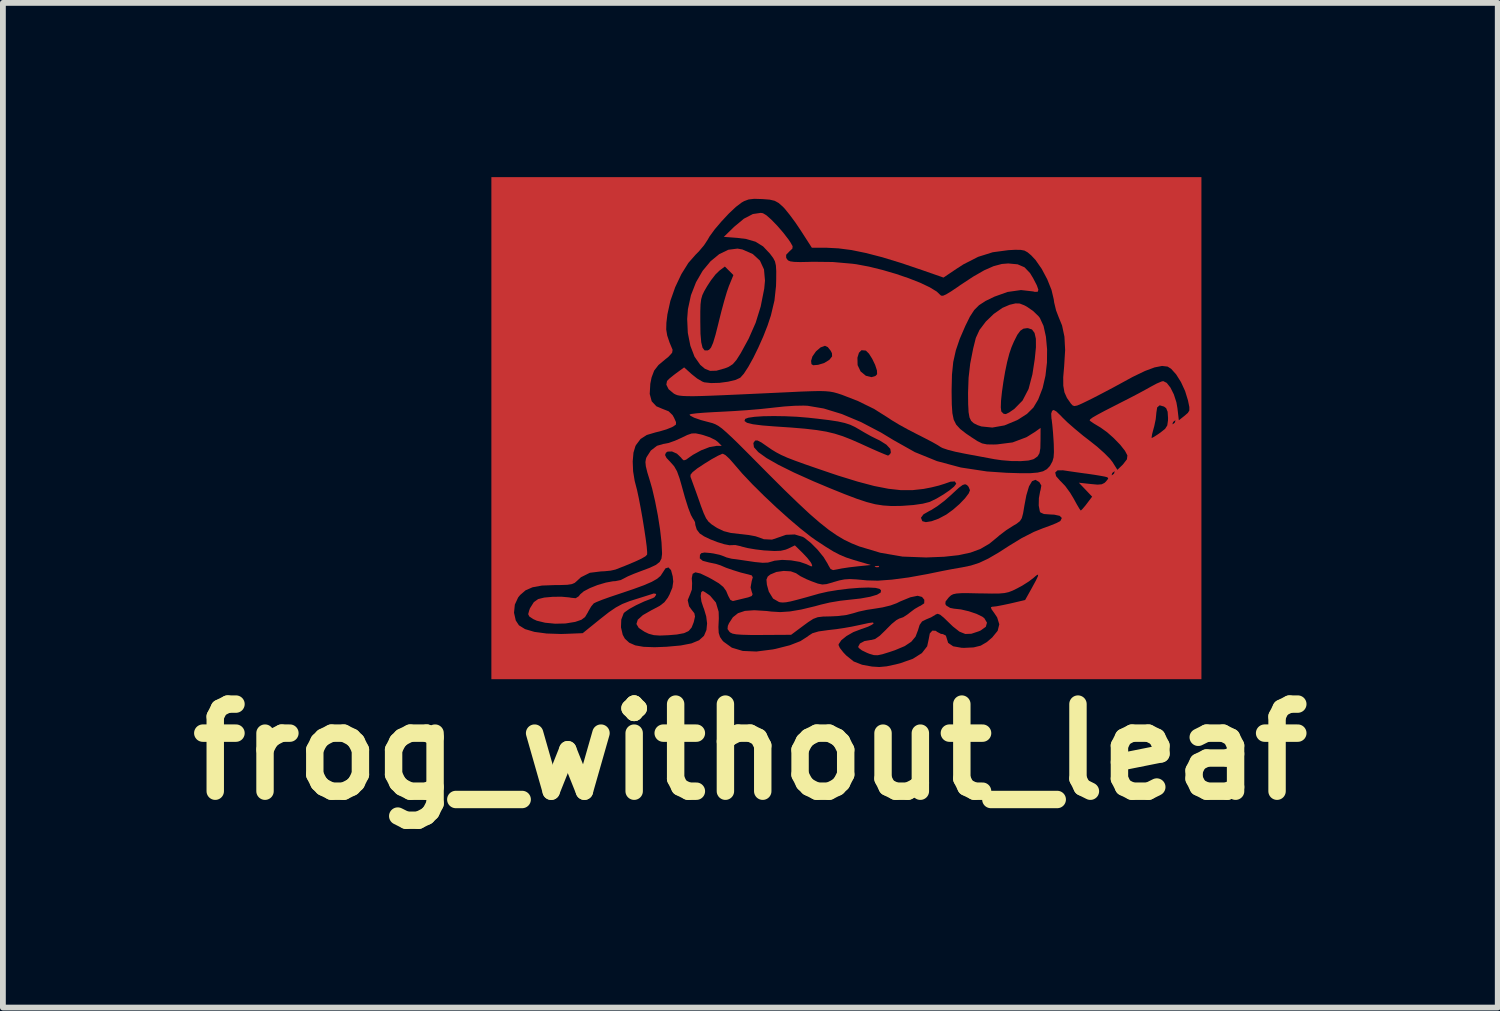
<source format=kicad_pcb>
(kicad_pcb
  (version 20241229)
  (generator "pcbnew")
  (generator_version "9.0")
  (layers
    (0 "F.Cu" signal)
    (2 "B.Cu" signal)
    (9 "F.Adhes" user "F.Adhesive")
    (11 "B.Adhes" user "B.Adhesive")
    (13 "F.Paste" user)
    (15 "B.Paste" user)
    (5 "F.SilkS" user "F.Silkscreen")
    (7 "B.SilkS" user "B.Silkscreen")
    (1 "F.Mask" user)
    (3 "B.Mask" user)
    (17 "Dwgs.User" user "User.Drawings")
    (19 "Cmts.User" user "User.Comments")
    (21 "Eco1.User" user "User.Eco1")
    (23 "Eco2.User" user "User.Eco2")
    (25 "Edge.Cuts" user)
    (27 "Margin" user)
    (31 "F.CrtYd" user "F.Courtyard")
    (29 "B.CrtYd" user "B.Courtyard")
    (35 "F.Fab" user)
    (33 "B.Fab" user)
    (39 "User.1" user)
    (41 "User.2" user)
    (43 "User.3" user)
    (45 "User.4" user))
  (footprint "frog_without_leaf"
    (layer "F.Cu")
    (at 9.871 9.897)
    (property "Reference" "frog_without_leaf" (at 0 0 0) (layer "F.SilkS") (effects (font (size 1.5 1.5) (thickness 0.3))))
    (attr board_only exclude_from_pos_files exclude_from_bom)
    (fp_poly (pts (xy 2.22 -3.195) (xy 2.21 -3.18) (xy 2.176 -3.178) (xy 2.14 -3.186) (xy 2.155 -3.198) (xy 2.208 -3.202)) (stroke (width 0) (type solid)) (fill yes) (layer "F.Cu"))
    (fp_poly (pts (xy -0.136 -8.651) (xy 0.043 -8.572) (xy 0.166 -8.459) (xy 0.236 -8.307) (xy 0.253 -8.114) (xy 0.24 -7.976) (xy 0.179 -7.668) (xy 0.093 -7.39) (xy -0.028 -7.115) (xy -0.164 -6.866) (xy -0.238 -6.749) (xy -0.301 -6.676) (xy -0.372 -6.63) (xy -0.437 -6.604) (xy -0.583 -6.563) (xy -0.692 -6.56) (xy -0.783 -6.597) (xy -0.862 -6.664) (xy -0.96 -6.804) (xy -1.032 -6.992) (xy -1.076 -7.214) (xy -1.085 -7.411) (xy -0.861 -7.411) (xy -0.858 -7.201) (xy -0.845 -7.052) (xy -0.822 -6.958) (xy -0.787 -6.913) (xy -0.738 -6.912) (xy -0.709 -6.924) (xy -0.676 -6.962) (xy -0.64 -7.045) (xy -0.599 -7.181) (xy -0.55 -7.375) (xy -0.543 -7.405) (xy -0.497 -7.589) (xy -0.449 -7.766) (xy -0.404 -7.918) (xy -0.367 -8.025) (xy -0.364 -8.031) (xy -0.291 -8.21) (xy -0.364 -8.283) (xy -0.438 -8.357) (xy -0.531 -8.287) (xy -0.598 -8.222) (xy -0.677 -8.12) (xy -0.743 -8.019) (xy -0.793 -7.933) (xy -0.826 -7.864) (xy -0.846 -7.793) (xy -0.857 -7.705) (xy -0.861 -7.583) (xy -0.861 -7.411) (xy -1.085 -7.411) (xy -1.087 -7.454) (xy -1.074 -7.623) (xy -1.022 -7.863) (xy -0.935 -8.086) (xy -0.821 -8.283) (xy -0.685 -8.447) (xy -0.536 -8.57) (xy -0.378 -8.646) (xy -0.22 -8.666)) (stroke (width 0) (type solid)) (fill yes) (layer "F.Cu"))
    (fp_poly (pts (xy -0.427 -5.109) (xy -0.357 -5.044) (xy -0.276 -4.952) (xy -0.274 -4.949) (xy -0.137 -4.79) (xy 0.037 -4.606) (xy 0.238 -4.407) (xy 0.452 -4.205) (xy 0.667 -4.012) (xy 0.87 -3.84) (xy 1.048 -3.7) (xy 1.132 -3.641) (xy 1.299 -3.531) (xy 1.429 -3.451) (xy 1.54 -3.393) (xy 1.649 -3.347) (xy 1.774 -3.306) (xy 1.875 -3.276) (xy 2.077 -3.217) (xy 1.841 -3.193) (xy 1.703 -3.177) (xy 1.577 -3.158) (xy 1.497 -3.142) (xy 1.425 -3.129) (xy 1.382 -3.149) (xy 1.344 -3.214) (xy 1.333 -3.237) (xy 1.263 -3.352) (xy 1.16 -3.479) (xy 1.043 -3.597) (xy 0.934 -3.684) (xy 0.905 -3.701) (xy 0.765 -3.743) (xy 0.615 -3.737) (xy 0.507 -3.699) (xy 0.373 -3.654) (xy 0.232 -3.661) (xy 0.158 -3.689) (xy 0.089 -3.712) (xy -0.024 -3.733) (xy -0.159 -3.749) (xy -0.175 -3.75) (xy -0.336 -3.769) (xy -0.457 -3.8) (xy -0.566 -3.852) (xy -0.596 -3.87) (xy -0.667 -3.917) (xy -0.72 -3.963) (xy -0.762 -4.022) (xy -0.803 -4.11) (xy -0.852 -4.24) (xy -0.881 -4.324) (xy -0.934 -4.473) (xy -0.981 -4.602) (xy -1.015 -4.696) (xy -1.03 -4.736) (xy -1.029 -4.772) (xy -0.993 -4.817) (xy -0.914 -4.88) (xy -0.788 -4.963) (xy -0.667 -5.038) (xy -0.562 -5.096) (xy -0.491 -5.129) (xy -0.473 -5.133)) (stroke (width 0) (type solid)) (fill yes) (layer "F.Cu"))
    (fp_poly (pts (xy 4.64 -7.72) (xy 4.719 -7.689) (xy 4.767 -7.663) (xy 4.873 -7.589) (xy 4.964 -7.501) (xy 4.987 -7.471) (xy 5.05 -7.334) (xy 5.091 -7.149) (xy 5.111 -6.933) (xy 5.109 -6.703) (xy 5.083 -6.476) (xy 5.035 -6.268) (xy 5.031 -6.256) (xy 4.958 -6.067) (xy 4.875 -5.928) (xy 4.765 -5.819) (xy 4.615 -5.723) (xy 4.596 -5.712) (xy 4.377 -5.621) (xy 4.168 -5.584) (xy 3.98 -5.603) (xy 3.913 -5.626) (xy 3.849 -5.658) (xy 3.804 -5.698) (xy 3.775 -5.758) (xy 3.759 -5.849) (xy 3.755 -5.932) (xy 4.314 -5.932) (xy 4.322 -5.864) (xy 4.326 -5.857) (xy 4.363 -5.821) (xy 4.401 -5.816) (xy 4.46 -5.845) (xy 4.549 -5.907) (xy 4.689 -6.05) (xy 4.792 -6.248) (xy 4.859 -6.503) (xy 4.859 -6.505) (xy 4.899 -6.765) (xy 4.919 -6.966) (xy 4.918 -7.114) (xy 4.895 -7.214) (xy 4.851 -7.273) (xy 4.784 -7.295) (xy 4.767 -7.296) (xy 4.704 -7.287) (xy 4.651 -7.252) (xy 4.599 -7.182) (xy 4.54 -7.065) (xy 4.498 -6.967) (xy 4.461 -6.858) (xy 4.423 -6.712) (xy 4.388 -6.544) (xy 4.358 -6.368) (xy 4.334 -6.198) (xy 4.318 -6.048) (xy 4.314 -5.932) (xy 3.755 -5.932) (xy 3.752 -5.984) (xy 3.75 -6.174) (xy 3.75 -6.181) (xy 3.759 -6.439) (xy 3.787 -6.684) (xy 3.838 -6.944) (xy 3.884 -7.128) (xy 3.947 -7.265) (xy 4.056 -7.409) (xy 4.193 -7.541) (xy 4.342 -7.645) (xy 4.465 -7.698) (xy 4.567 -7.722)) (stroke (width 0) (type solid)) (fill yes) (layer "F.Cu"))
    (fp_poly (pts (xy 0.218 -9.275) (xy 0.277 -9.24) (xy 0.364 -9.163) (xy 0.465 -9.059) (xy 0.567 -8.941) (xy 0.658 -8.823) (xy 0.691 -8.774) (xy 0.729 -8.707) (xy 0.725 -8.666) (xy 0.675 -8.619) (xy 0.671 -8.615) (xy 0.618 -8.56) (xy 0.617 -8.512) (xy 0.629 -8.488) (xy 0.651 -8.462) (xy 0.689 -8.446) (xy 0.755 -8.437) (xy 0.86 -8.434) (xy 1.017 -8.437) (xy 1.068 -8.439) (xy 1.42 -8.435) (xy 1.76 -8.405) (xy 1.828 -8.396) (xy 2.046 -8.355) (xy 2.277 -8.298) (xy 2.509 -8.23) (xy 2.729 -8.155) (xy 2.927 -8.077) (xy 3.091 -7.999) (xy 3.209 -7.927) (xy 3.262 -7.877) (xy 3.285 -7.856) (xy 3.319 -7.854) (xy 3.372 -7.877) (xy 3.458 -7.929) (xy 3.586 -8.015) (xy 3.609 -8.032) (xy 3.838 -8.183) (xy 4.028 -8.292) (xy 4.189 -8.363) (xy 4.331 -8.401) (xy 4.442 -8.41) (xy 4.604 -8.395) (xy 4.722 -8.344) (xy 4.817 -8.245) (xy 4.871 -8.156) (xy 4.935 -8.032) (xy 4.961 -7.957) (xy 4.949 -7.922) (xy 4.899 -7.921) (xy 4.872 -7.928) (xy 4.662 -7.952) (xy 4.43 -7.919) (xy 4.206 -7.839) (xy 4.051 -7.764) (xy 3.94 -7.692) (xy 3.856 -7.608) (xy 3.782 -7.494) (xy 3.704 -7.336) (xy 3.607 -7.112) (xy 3.539 -6.911) (xy 3.495 -6.713) (xy 3.473 -6.495) (xy 3.467 -6.235) (xy 3.467 -6.187) (xy 3.47 -5.983) (xy 3.48 -5.832) (xy 3.503 -5.72) (xy 3.546 -5.634) (xy 3.615 -5.559) (xy 3.715 -5.481) (xy 3.803 -5.421) (xy 3.911 -5.351) (xy 3.992 -5.311) (xy 4.075 -5.294) (xy 4.186 -5.292) (xy 4.249 -5.294) (xy 4.517 -5.328) (xy 4.756 -5.418) (xy 4.899 -5.507) (xy 4.999 -5.578) (xy 4.998 -5.364) (xy 4.995 -5.228) (xy 4.98 -5.142) (xy 4.947 -5.087) (xy 4.889 -5.046) (xy 4.874 -5.038) (xy 4.791 -5.016) (xy 4.66 -5.006) (xy 4.501 -5.007) (xy 4.331 -5.021) (xy 4.205 -5.039) (xy 4.098 -5.059) (xy 3.948 -5.087) (xy 3.78 -5.118) (xy 3.685 -5.136) (xy 3.533 -5.167) (xy 3.404 -5.2) (xy 3.312 -5.231) (xy 3.279 -5.248) (xy 3.228 -5.281) (xy 3.131 -5.336) (xy 3.002 -5.403) (xy 2.876 -5.467) (xy 2.717 -5.549) (xy 2.563 -5.634) (xy 2.435 -5.711) (xy 2.369 -5.755) (xy 2.134 -5.903) (xy 1.856 -6.04) (xy 1.576 -6.149) (xy 1.502 -6.173) (xy 1.437 -6.191) (xy 1.37 -6.203) (xy 1.292 -6.21) (xy 1.191 -6.213) (xy 1.059 -6.21) (xy 0.884 -6.204) (xy 0.657 -6.193) (xy 0.529 -6.187) (xy 0.142 -6.169) (xy -0.183 -6.154) (xy -0.452 -6.142) (xy -0.671 -6.133) (xy -0.846 -6.127) (xy -0.982 -6.124) (xy -1.086 -6.125) (xy -1.162 -6.128) (xy -1.218 -6.134) (xy -1.258 -6.142) (xy -1.288 -6.154) (xy -1.315 -6.168) (xy -1.319 -6.171) (xy -1.407 -6.244) (xy -1.446 -6.323) (xy -1.434 -6.386) (xy -1.395 -6.426) (xy -1.321 -6.486) (xy -1.275 -6.521) (xy -1.139 -6.62) (xy -1.009 -6.503) (xy -0.916 -6.429) (xy -0.826 -6.376) (xy -0.792 -6.363) (xy -0.675 -6.35) (xy -0.53 -6.354) (xy -0.381 -6.374) (xy -0.252 -6.405) (xy -0.173 -6.442) (xy -0.112 -6.51) (xy -0.035 -6.628) (xy 0.023 -6.733) (xy 1.047 -6.733) (xy 1.053 -6.676) (xy 1.083 -6.657) (xy 1.156 -6.663) (xy 1.172 -6.665) (xy 1.275 -6.697) (xy 1.358 -6.748) (xy 1.364 -6.753) (xy 1.391 -6.787) (xy 1.845 -6.787) (xy 1.848 -6.659) (xy 1.9 -6.55) (xy 1.99 -6.476) (xy 2.087 -6.452) (xy 2.155 -6.472) (xy 2.184 -6.503) (xy 2.181 -6.568) (xy 2.15 -6.663) (xy 2.1 -6.767) (xy 2.044 -6.856) (xy 1.993 -6.907) (xy 1.985 -6.91) (xy 1.915 -6.916) (xy 1.871 -6.872) (xy 1.845 -6.787) (xy 1.391 -6.787) (xy 1.409 -6.81) (xy 1.406 -6.864) (xy 1.385 -6.906) (xy 1.335 -6.969) (xy 1.286 -6.992) (xy 1.21 -6.964) (xy 1.131 -6.896) (xy 1.07 -6.809) (xy 1.047 -6.733) (xy 0.023 -6.733) (xy 0.051 -6.783) (xy 0.139 -6.963) (xy 0.224 -7.154) (xy 0.298 -7.343) (xy 0.355 -7.515) (xy 0.416 -7.772) (xy 0.443 -8.021) (xy 0.446 -8.128) (xy 0.447 -8.276) (xy 0.441 -8.375) (xy 0.425 -8.445) (xy 0.394 -8.504) (xy 0.343 -8.572) (xy 0.34 -8.577) (xy 0.221 -8.703) (xy 0.091 -8.784) (xy -0.07 -8.831) (xy -0.22 -8.85) (xy -0.456 -8.868) (xy -0.277 -9.042) (xy -0.11 -9.181) (xy 0.044 -9.261) (xy 0.18 -9.281)) (stroke (width 0) (type solid)) (fill yes) (layer "F.Cu"))
    (fp_poly (pts (xy -0.853 -5.466) (xy -0.812 -5.455) (xy -0.696 -5.416) (xy -0.598 -5.367) (xy -0.561 -5.338) (xy -0.492 -5.269) (xy -0.579 -5.269) (xy -0.701 -5.248) (xy -0.846 -5.192) (xy -0.99 -5.113) (xy -1.037 -5.08) (xy -1.107 -5.03) (xy -1.146 -5.019) (xy -1.176 -5.044) (xy -1.191 -5.065) (xy -1.263 -5.134) (xy -1.348 -5.172) (xy -1.424 -5.17) (xy -1.453 -5.15) (xy -1.468 -5.111) (xy -1.443 -5.061) (xy -1.377 -4.991) (xy -1.312 -4.918) (xy -1.262 -4.831) (xy -1.218 -4.709) (xy -1.185 -4.594) (xy -1.125 -4.378) (xy -1.07 -4.203) (xy -1.022 -4.078) (xy -0.984 -4.009) (xy -0.975 -3.999) (xy -0.952 -3.955) (xy -0.946 -3.905) (xy -0.922 -3.827) (xy -0.87 -3.759) (xy -0.797 -3.711) (xy -0.689 -3.659) (xy -0.566 -3.611) (xy -0.449 -3.575) (xy -0.357 -3.557) (xy -0.32 -3.559) (xy -0.258 -3.561) (xy -0.167 -3.541) (xy -0.144 -3.533) (xy -0.048 -3.509) (xy 0.088 -3.486) (xy 0.237 -3.468) (xy 0.259 -3.467) (xy 0.415 -3.458) (xy 0.524 -3.462) (xy 0.607 -3.481) (xy 0.652 -3.499) (xy 0.768 -3.555) (xy 0.902 -3.424) (xy 0.981 -3.34) (xy 1.039 -3.266) (xy 1.057 -3.234) (xy 1.067 -3.197) (xy 1.047 -3.194) (xy 0.982 -3.224) (xy 0.973 -3.229) (xy 0.852 -3.271) (xy 0.701 -3.297) (xy 0.547 -3.305) (xy 0.418 -3.291) (xy 0.377 -3.279) (xy 0.305 -3.259) (xy 0.213 -3.255) (xy 0.081 -3.268) (xy 0.013 -3.278) (xy -0.123 -3.298) (xy -0.238 -3.315) (xy -0.313 -3.324) (xy -0.321 -3.325) (xy -0.408 -3.347) (xy -0.456 -3.367) (xy -0.53 -3.393) (xy -0.637 -3.416) (xy -0.685 -3.423) (xy -0.789 -3.432) (xy -0.844 -3.421) (xy -0.867 -3.392) (xy -0.87 -3.332) (xy -0.819 -3.289) (xy -0.708 -3.26) (xy -0.692 -3.257) (xy -0.591 -3.236) (xy -0.513 -3.211) (xy -0.502 -3.206) (xy -0.418 -3.17) (xy -0.296 -3.128) (xy -0.164 -3.087) (xy -0.048 -3.058) (xy -0.046 -3.058) (xy 0.025 -3.038) (xy 0.043 -3.005) (xy 0.024 -2.939) (xy 0.005 -2.831) (xy 0.023 -2.762) (xy 0.04 -2.713) (xy 0.025 -2.683) (xy -0.035 -2.66) (xy -0.097 -2.645) (xy -0.2 -2.62) (xy -0.279 -2.601) (xy -0.3 -2.596) (xy -0.343 -2.616) (xy -0.38 -2.685) (xy -0.416 -2.771) (xy -0.465 -2.839) (xy -0.542 -2.902) (xy -0.662 -2.973) (xy -0.725 -3.007) (xy -0.859 -3.071) (xy -0.946 -3.091) (xy -0.993 -3.065) (xy -1.008 -2.99) (xy -1.002 -2.903) (xy -1.006 -2.795) (xy -1.034 -2.719) (xy -1.078 -2.612) (xy -1.054 -2.506) (xy -1.008 -2.443) (xy -0.963 -2.386) (xy -0.952 -2.33) (xy -0.971 -2.245) (xy -0.975 -2.23) (xy -1.01 -2.141) (xy -1.061 -2.081) (xy -1.142 -2.043) (xy -1.265 -2.02) (xy -1.41 -2.008) (xy -1.557 -2.002) (xy -1.661 -2.009) (xy -1.747 -2.032) (xy -1.815 -2.063) (xy -1.92 -2.132) (xy -1.961 -2.201) (xy -1.938 -2.275) (xy -1.85 -2.354) (xy -1.696 -2.442) (xy -1.683 -2.448) (xy -1.559 -2.514) (xy -1.479 -2.576) (xy -1.421 -2.653) (xy -1.391 -2.709) (xy -1.342 -2.827) (xy -1.327 -2.93) (xy -1.336 -3.021) (xy -1.365 -3.128) (xy -1.409 -3.175) (xy -1.461 -3.159) (xy -1.511 -3.082) (xy -1.545 -3.03) (xy -1.605 -2.979) (xy -1.697 -2.927) (xy -1.831 -2.869) (xy -2.014 -2.802) (xy -2.254 -2.721) (xy -2.263 -2.718) (xy -2.418 -2.666) (xy -2.552 -2.618) (xy -2.649 -2.579) (xy -2.696 -2.556) (xy -2.74 -2.503) (xy -2.789 -2.419) (xy -2.798 -2.4) (xy -2.845 -2.322) (xy -2.908 -2.274) (xy -3.013 -2.238) (xy -3.023 -2.236) (xy -3.183 -2.21) (xy -3.361 -2.206) (xy -3.534 -2.223) (xy -3.678 -2.258) (xy -3.741 -2.287) (xy -3.805 -2.33) (xy -3.825 -2.37) (xy -3.808 -2.434) (xy -3.794 -2.472) (xy -3.728 -2.577) (xy -3.654 -2.63) (xy -3.549 -2.656) (xy -3.405 -2.669) (xy -3.252 -2.671) (xy -3.118 -2.659) (xy -3.088 -2.653) (xy -3.007 -2.645) (xy -2.955 -2.678) (xy -2.929 -2.712) (xy -2.868 -2.764) (xy -2.761 -2.82) (xy -2.628 -2.873) (xy -2.488 -2.914) (xy -2.364 -2.937) (xy -2.324 -2.939) (xy -2.231 -2.958) (xy -2.178 -2.985) (xy -2.112 -3.02) (xy -2.006 -3.065) (xy -1.891 -3.109) (xy -1.731 -3.169) (xy -1.625 -3.219) (xy -1.561 -3.269) (xy -1.53 -3.327) (xy -1.52 -3.403) (xy -1.52 -3.431) (xy -1.529 -3.609) (xy -1.554 -3.829) (xy -1.592 -4.071) (xy -1.639 -4.313) (xy -1.69 -4.533) (xy -1.726 -4.658) (xy -1.773 -4.811) (xy -1.799 -4.917) (xy -1.806 -4.99) (xy -1.797 -5.046) (xy -1.787 -5.073) (xy -1.713 -5.188) (xy -1.607 -5.27) (xy -1.492 -5.303) (xy -1.487 -5.303) (xy -1.409 -5.318) (xy -1.298 -5.357) (xy -1.195 -5.403) (xy -1.085 -5.456) (xy -1.009 -5.482) (xy -0.94 -5.484)) (stroke (width 0) (type solid)) (fill yes) (layer "F.Cu"))
    (fp_poly (pts (xy 7.769 -5.573) (xy 7.769 -1.25) (xy 1.655 -1.25) (xy -4.459 -1.25) (xy -4.459 -2.395) (xy -4.069 -2.395) (xy -4.039 -2.262) (xy -3.984 -2.178) (xy -3.879 -2.113) (xy -3.717 -2.065) (xy -3.507 -2.037) (xy -3.259 -2.029) (xy -3.161 -2.032) (xy -2.886 -2.043) (xy -2.583 -2.288) (xy -2.434 -2.405) (xy -2.315 -2.486) (xy -2.203 -2.546) (xy -2.078 -2.595) (xy -1.993 -2.622) (xy -1.859 -2.664) (xy -1.748 -2.699) (xy -1.677 -2.722) (xy -1.663 -2.727) (xy -1.626 -2.72) (xy -1.621 -2.705) (xy -1.649 -2.663) (xy -1.68 -2.646) (xy -1.826 -2.59) (xy -1.967 -2.524) (xy -2.085 -2.459) (xy -2.164 -2.403) (xy -2.181 -2.385) (xy -2.222 -2.277) (xy -2.227 -2.144) (xy -2.197 -2.015) (xy -2.16 -1.948) (xy -2.085 -1.879) (xy -1.981 -1.833) (xy -1.839 -1.808) (xy -1.648 -1.801) (xy -1.442 -1.809) (xy -1.198 -1.831) (xy -1.013 -1.867) (xy -0.882 -1.921) (xy -0.798 -1.997) (xy -0.755 -2.098) (xy -0.744 -2.211) (xy -0.759 -2.331) (xy -0.797 -2.46) (xy -0.809 -2.489) (xy -0.842 -2.589) (xy -0.854 -2.682) (xy -0.845 -2.749) (xy -0.818 -2.77) (xy -0.782 -2.751) (xy -0.715 -2.705) (xy -0.691 -2.687) (xy -0.592 -2.57) (xy -0.545 -2.412) (xy -0.542 -2.297) (xy -0.549 -2.148) (xy -0.544 -2.048) (xy -0.522 -1.978) (xy -0.481 -1.918) (xy -0.46 -1.896) (xy -0.317 -1.793) (xy -0.13 -1.737) (xy 0.105 -1.727) (xy 0.387 -1.763) (xy 0.437 -1.773) (xy 0.681 -1.835) (xy 0.863 -1.906) (xy 0.991 -1.988) (xy 1.002 -1.998) (xy 1.07 -2.042) (xy 1.176 -2.073) (xy 1.333 -2.095) (xy 1.341 -2.096) (xy 1.48 -2.112) (xy 1.608 -2.131) (xy 1.745 -2.155) (xy 1.912 -2.19) (xy 2.04 -2.218) (xy 2.11 -2.227) (xy 2.126 -2.215) (xy 2.097 -2.189) (xy 2.029 -2.155) (xy 1.932 -2.12) (xy 1.91 -2.113) (xy 1.776 -2.062) (xy 1.657 -1.994) (xy 1.567 -1.921) (xy 1.522 -1.854) (xy 1.52 -1.838) (xy 1.542 -1.789) (xy 1.6 -1.714) (xy 1.651 -1.66) (xy 1.78 -1.556) (xy 1.923 -1.5) (xy 1.946 -1.495) (xy 2.097 -1.468) (xy 2.222 -1.46) (xy 2.349 -1.472) (xy 2.503 -1.505) (xy 2.582 -1.525) (xy 2.8 -1.602) (xy 2.955 -1.7) (xy 3.046 -1.817) (xy 3.074 -1.946) (xy 3.091 -2.038) (xy 3.135 -2.087) (xy 3.193 -2.084) (xy 3.218 -2.065) (xy 3.283 -2.031) (xy 3.317 -2.027) (xy 3.368 -2.001) (xy 3.378 -1.97) (xy 3.407 -1.876) (xy 3.494 -1.817) (xy 3.64 -1.791) (xy 3.685 -1.79) (xy 3.847 -1.798) (xy 3.968 -1.828) (xy 4.074 -1.89) (xy 4.166 -1.969) (xy 4.26 -2.084) (xy 4.288 -2.196) (xy 4.251 -2.315) (xy 4.203 -2.387) (xy 4.153 -2.457) (xy 4.143 -2.49) (xy 4.17 -2.499) (xy 4.178 -2.499) (xy 4.24 -2.506) (xy 4.345 -2.526) (xy 4.473 -2.553) (xy 4.486 -2.556) (xy 4.733 -2.614) (xy 4.849 -2.822) (xy 4.919 -2.951) (xy 4.954 -3.026) (xy 4.956 -3.053) (xy 4.923 -3.035) (xy 4.876 -2.994) (xy 4.796 -2.933) (xy 4.684 -2.862) (xy 4.597 -2.815) (xy 4.518 -2.776) (xy 4.45 -2.75) (xy 4.378 -2.734) (xy 4.286 -2.726) (xy 4.16 -2.725) (xy 3.983 -2.728) (xy 3.95 -2.728) (xy 3.766 -2.732) (xy 3.637 -2.732) (xy 3.551 -2.726) (xy 3.494 -2.714) (xy 3.456 -2.694) (xy 3.422 -2.663) (xy 3.413 -2.653) (xy 3.363 -2.589) (xy 3.359 -2.544) (xy 3.377 -2.517) (xy 3.442 -2.478) (xy 3.508 -2.465) (xy 3.627 -2.452) (xy 3.764 -2.42) (xy 3.895 -2.376) (xy 3.996 -2.327) (xy 4.03 -2.301) (xy 4.076 -2.224) (xy 4.056 -2.153) (xy 3.968 -2.09) (xy 3.937 -2.076) (xy 3.808 -2.033) (xy 3.702 -2.029) (xy 3.601 -2.07) (xy 3.488 -2.159) (xy 3.429 -2.216) (xy 3.332 -2.31) (xy 3.269 -2.361) (xy 3.226 -2.377) (xy 3.192 -2.364) (xy 3.186 -2.359) (xy 3.114 -2.316) (xy 3.028 -2.28) (xy 2.958 -2.245) (xy 2.916 -2.185) (xy 2.888 -2.094) (xy 2.846 -1.984) (xy 2.773 -1.896) (xy 2.659 -1.82) (xy 2.492 -1.75) (xy 2.397 -1.718) (xy 2.275 -1.68) (xy 2.194 -1.663) (xy 2.129 -1.665) (xy 2.056 -1.686) (xy 2.013 -1.703) (xy 1.923 -1.746) (xy 1.867 -1.789) (xy 1.858 -1.809) (xy 1.888 -1.865) (xy 1.966 -1.907) (xy 2.071 -1.925) (xy 2.08 -1.925) (xy 2.148 -1.942) (xy 2.229 -1.998) (xy 2.335 -2.101) (xy 2.344 -2.111) (xy 2.435 -2.202) (xy 2.516 -2.268) (xy 2.57 -2.297) (xy 2.574 -2.297) (xy 2.634 -2.318) (xy 2.715 -2.371) (xy 2.743 -2.394) (xy 2.831 -2.46) (xy 2.912 -2.507) (xy 2.93 -2.514) (xy 2.995 -2.557) (xy 2.997 -2.618) (xy 2.957 -2.667) (xy 2.881 -2.687) (xy 2.756 -2.661) (xy 2.583 -2.59) (xy 2.52 -2.559) (xy 2.417 -2.521) (xy 2.278 -2.487) (xy 2.148 -2.466) (xy 2.004 -2.444) (xy 1.866 -2.414) (xy 1.773 -2.386) (xy 1.66 -2.357) (xy 1.509 -2.338) (xy 1.383 -2.332) (xy 1.252 -2.329) (xy 1.161 -2.318) (xy 1.084 -2.289) (xy 0.997 -2.233) (xy 0.915 -2.173) (xy 0.703 -2.015) (xy 0.201 -2.012) (xy 0.000193 -2.012) (xy -0.144 -2.016) (xy -0.242 -2.023) (xy -0.305 -2.035) (xy -0.344 -2.054) (xy -0.357 -2.065) (xy -0.392 -2.114) (xy -0.387 -2.168) (xy -0.367 -2.214) (xy -0.3 -2.317) (xy -0.212 -2.387) (xy -0.092 -2.427) (xy 0.069 -2.438) (xy 0.281 -2.425) (xy 0.363 -2.415) (xy 0.516 -2.406) (xy 0.682 -2.417) (xy 0.877 -2.45) (xy 1.114 -2.507) (xy 1.216 -2.535) (xy 1.369 -2.571) (xy 1.548 -2.601) (xy 1.689 -2.617) (xy 1.898 -2.64) (xy 2.064 -2.67) (xy 2.182 -2.705) (xy 2.246 -2.743) (xy 2.251 -2.783) (xy 2.226 -2.806) (xy 2.156 -2.823) (xy 2.035 -2.829) (xy 1.878 -2.824) (xy 1.699 -2.81) (xy 1.513 -2.787) (xy 1.335 -2.758) (xy 1.181 -2.723) (xy 1.165 -2.718) (xy 0.957 -2.659) (xy 0.802 -2.617) (xy 0.691 -2.589) (xy 0.614 -2.575) (xy 0.558 -2.571) (xy 0.514 -2.575) (xy 0.494 -2.58) (xy 0.392 -2.639) (xy 0.319 -2.758) (xy 0.286 -2.877) (xy 0.278 -2.965) (xy 0.3 -3.018) (xy 0.346 -3.054) (xy 0.449 -3.097) (xy 0.575 -3.115) (xy 0.697 -3.108) (xy 0.789 -3.075) (xy 0.801 -3.066) (xy 0.866 -3.023) (xy 0.969 -2.972) (xy 1.054 -2.937) (xy 1.163 -2.897) (xy 1.24 -2.881) (xy 1.313 -2.888) (xy 1.414 -2.916) (xy 1.434 -2.923) (xy 1.535 -2.952) (xy 1.622 -2.969) (xy 1.713 -2.975) (xy 1.829 -2.969) (xy 1.99 -2.954) (xy 2.01 -2.952) (xy 2.197 -2.947) (xy 2.44 -2.965) (xy 2.728 -3.003) (xy 3.055 -3.062) (xy 3.141 -3.08) (xy 3.307 -3.114) (xy 3.473 -3.146) (xy 3.611 -3.17) (xy 3.651 -3.177) (xy 3.8 -3.208) (xy 3.944 -3.255) (xy 4.097 -3.327) (xy 4.274 -3.43) (xy 4.459 -3.549) (xy 4.672 -3.679) (xy 4.883 -3.787) (xy 5.042 -3.851) (xy 5.169 -3.897) (xy 5.272 -3.939) (xy 5.334 -3.971) (xy 5.341 -3.977) (xy 5.365 -4.027) (xy 5.327 -4.064) (xy 5.234 -4.084) (xy 5.169 -4.087) (xy 5.057 -4.095) (xy 4.998 -4.121) (xy 4.986 -4.14) (xy 4.967 -4.242) (xy 4.97 -4.37) (xy 4.992 -4.488) (xy 4.998 -4.506) (xy 5.012 -4.585) (xy 4.977 -4.645) (xy 4.911 -4.684) (xy 4.852 -4.66) (xy 4.8 -4.572) (xy 4.754 -4.418) (xy 4.72 -4.238) (xy 4.698 -4.107) (xy 4.676 -4.024) (xy 4.643 -3.972) (xy 4.59 -3.93) (xy 4.526 -3.892) (xy 4.407 -3.816) (xy 4.29 -3.727) (xy 4.256 -3.697) (xy 4.115 -3.582) (xy 3.964 -3.494) (xy 3.791 -3.43) (xy 3.586 -3.386) (xy 3.337 -3.359) (xy 3.033 -3.347) (xy 3.023 -3.347) (xy 2.621 -3.362) (xy 2.239 -3.428) (xy 1.879 -3.536) (xy 1.747 -3.589) (xy 1.618 -3.651) (xy 1.487 -3.729) (xy 1.347 -3.826) (xy 1.194 -3.948) (xy 1.098 -4.031) (xy 2.939 -4.031) (xy 2.962 -3.973) (xy 2.964 -3.971) (xy 3.023 -3.955) (xy 3.122 -3.971) (xy 3.243 -4.015) (xy 3.369 -4.082) (xy 3.379 -4.088) (xy 3.493 -4.171) (xy 3.604 -4.268) (xy 3.698 -4.366) (xy 3.762 -4.451) (xy 3.783 -4.505) (xy 3.759 -4.564) (xy 3.732 -4.594) (xy 3.7 -4.608) (xy 3.657 -4.595) (xy 3.593 -4.548) (xy 3.497 -4.46) (xy 3.463 -4.428) (xy 3.344 -4.323) (xy 3.22 -4.229) (xy 3.114 -4.162) (xy 3.092 -4.152) (xy 2.983 -4.09) (xy 2.939 -4.031) (xy 1.098 -4.031) (xy 1.021 -4.098) (xy 0.823 -4.283) (xy 0.593 -4.505) (xy 0.326 -4.771) (xy 0.186 -4.912) (xy -0.018 -5.118) (xy -0.181 -5.281) (xy -0.213 -5.313) (xy 0.053 -5.313) (xy 0.063 -5.245) (xy 0.138 -5.161) (xy 0.278 -5.06) (xy 0.483 -4.943) (xy 0.753 -4.809) (xy 1.087 -4.659) (xy 1.368 -4.541) (xy 1.625 -4.437) (xy 1.833 -4.358) (xy 2.005 -4.301) (xy 2.152 -4.263) (xy 2.288 -4.242) (xy 2.424 -4.233) (xy 2.573 -4.234) (xy 2.622 -4.236) (xy 2.811 -4.25) (xy 2.971 -4.273) (xy 3.084 -4.302) (xy 3.095 -4.306) (xy 3.208 -4.361) (xy 3.324 -4.43) (xy 3.43 -4.502) (xy 3.509 -4.567) (xy 3.545 -4.614) (xy 3.546 -4.619) (xy 3.522 -4.656) (xy 3.449 -4.652) (xy 3.34 -4.614) (xy 3.247 -4.585) (xy 3.117 -4.553) (xy 2.983 -4.527) (xy 2.792 -4.506) (xy 2.593 -4.506) (xy 2.377 -4.53) (xy 2.132 -4.578) (xy 1.849 -4.653) (xy 1.518 -4.755) (xy 1.419 -4.788) (xy 1.149 -4.88) (xy 0.935 -4.954) (xy 0.767 -5.015) (xy 0.635 -5.066) (xy 0.532 -5.112) (xy 0.447 -5.157) (xy 0.371 -5.203) (xy 0.297 -5.254) (xy 0.19 -5.328) (xy 0.123 -5.362) (xy 0.083 -5.36) (xy 0.057 -5.324) (xy 0.053 -5.313) (xy -0.213 -5.313) (xy -0.31 -5.407) (xy -0.41 -5.5) (xy -0.487 -5.567) (xy -0.549 -5.612) (xy -0.602 -5.641) (xy -0.651 -5.66) (xy -0.692 -5.671) (xy -0.791 -5.697) (xy -0.1 -5.697) (xy -0.057 -5.666) (xy 0.044 -5.641) (xy 0.208 -5.62) (xy 0.411 -5.604) (xy 0.706 -5.584) (xy 0.945 -5.564) (xy 1.142 -5.541) (xy 1.307 -5.514) (xy 1.453 -5.479) (xy 1.592 -5.435) (xy 1.737 -5.378) (xy 1.899 -5.307) (xy 1.914 -5.3) (xy 2.072 -5.228) (xy 2.208 -5.168) (xy 2.31 -5.125) (xy 2.367 -5.103) (xy 2.374 -5.101) (xy 2.407 -5.127) (xy 2.421 -5.155) (xy 2.411 -5.217) (xy 2.344 -5.289) (xy 2.228 -5.362) (xy 2.169 -5.39) (xy 2.077 -5.436) (xy 1.961 -5.501) (xy 1.887 -5.545) (xy 1.802 -5.594) (xy 1.719 -5.633) (xy 1.626 -5.663) (xy 1.509 -5.689) (xy 1.358 -5.712) (xy 1.16 -5.736) (xy 0.996 -5.754) (xy 0.803 -5.77) (xy 0.602 -5.779) (xy 0.405 -5.782) (xy 0.224 -5.779) (xy 0.073 -5.769) (xy -0.035 -5.753) (xy -0.088 -5.733) (xy -0.1 -5.697) (xy -0.791 -5.697) (xy -0.85 -5.713) (xy -0.968 -5.754) (xy -1.035 -5.79) (xy -1.047 -5.808) (xy -1.015 -5.818) (xy -0.927 -5.829) (xy -0.794 -5.84) (xy -0.627 -5.85) (xy -0.504 -5.856) (xy -0.282 -5.868) (xy -0.047 -5.884) (xy 0.176 -5.903) (xy 0.363 -5.923) (xy 0.407 -5.928) (xy 0.585 -5.947) (xy 0.764 -5.959) (xy 0.917 -5.962) (xy 0.988 -5.959) (xy 1.266 -5.912) (xy 1.576 -5.817) (xy 1.908 -5.678) (xy 2.251 -5.498) (xy 2.471 -5.365) (xy 2.834 -5.161) (xy 3.215 -5.006) (xy 3.626 -4.896) (xy 4.075 -4.828) (xy 4.412 -4.805) (xy 4.645 -4.798) (xy 4.821 -4.798) (xy 4.95 -4.809) (xy 4.954 -4.81) (xy 5.251 -4.81) (xy 5.266 -4.747) (xy 5.337 -4.666) (xy 5.346 -4.658) (xy 5.423 -4.578) (xy 5.507 -4.463) (xy 5.569 -4.36) (xy 5.625 -4.258) (xy 5.669 -4.184) (xy 5.691 -4.155) (xy 5.692 -4.155) (xy 5.718 -4.179) (xy 5.77 -4.24) (xy 5.796 -4.274) (xy 5.887 -4.394) (xy 5.773 -4.514) (xy 5.658 -4.634) (xy 5.861 -4.612) (xy 5.98 -4.601) (xy 6.052 -4.607) (xy 6.1 -4.631) (xy 6.125 -4.655) (xy 6.164 -4.704) (xy 6.151 -4.727) (xy 6.107 -4.739) (xy 6.037 -4.752) (xy 5.96 -4.765) (xy 6.223 -4.765) (xy 6.228 -4.763) (xy 6.259 -4.786) (xy 6.266 -4.796) (xy 6.274 -4.828) (xy 6.27 -4.83) (xy 6.239 -4.806) (xy 6.232 -4.796) (xy 6.223 -4.765) (xy 5.96 -4.765) (xy 5.922 -4.771) (xy 5.786 -4.791) (xy 5.759 -4.794) (xy 5.616 -4.814) (xy 5.485 -4.833) (xy 5.392 -4.847) (xy 5.383 -4.848) (xy 5.291 -4.847) (xy 5.251 -4.81) (xy 4.954 -4.81) (xy 5.042 -4.831) (xy 5.107 -4.867) (xy 5.156 -4.918) (xy 5.171 -4.942) (xy 5.204 -5.003) (xy 5.223 -5.071) (xy 5.229 -5.162) (xy 5.226 -5.297) (xy 5.223 -5.354) (xy 5.213 -5.501) (xy 5.201 -5.63) (xy 5.19 -5.722) (xy 5.186 -5.742) (xy 5.182 -5.824) (xy 5.197 -5.872) (xy 5.225 -5.887) (xy 5.272 -5.86) (xy 5.348 -5.787) (xy 5.373 -5.76) (xy 5.462 -5.673) (xy 5.588 -5.563) (xy 5.73 -5.445) (xy 5.835 -5.364) (xy 5.974 -5.254) (xy 6.098 -5.143) (xy 6.193 -5.047) (xy 6.237 -4.991) (xy 6.322 -4.856) (xy 6.416 -4.947) (xy 6.486 -5.037) (xy 6.494 -5.104) (xy 6.452 -5.184) (xy 6.37 -5.288) (xy 6.262 -5.399) (xy 6.246 -5.414) (xy 6.911 -5.414) (xy 6.914 -5.404) (xy 6.949 -5.422) (xy 7.019 -5.467) (xy 7.062 -5.497) (xy 7.143 -5.561) (xy 7.181 -5.621) (xy 7.184 -5.643) (xy 7.27 -5.643) (xy 7.275 -5.641) (xy 7.306 -5.664) (xy 7.313 -5.674) (xy 7.321 -5.706) (xy 7.317 -5.708) (xy 7.286 -5.684) (xy 7.279 -5.674) (xy 7.27 -5.643) (xy 7.184 -5.643) (xy 7.193 -5.706) (xy 7.194 -5.749) (xy 7.187 -5.856) (xy 7.162 -5.917) (xy 7.126 -5.945) (xy 7.05 -5.967) (xy 7.007 -5.931) (xy 6.992 -5.835) (xy 6.992 -5.83) (xy 6.982 -5.728) (xy 6.956 -5.605) (xy 6.944 -5.562) (xy 6.92 -5.471) (xy 6.911 -5.414) (xy 6.246 -5.414) (xy 6.144 -5.504) (xy 6.031 -5.585) (xy 6.009 -5.598) (xy 5.919 -5.652) (xy 5.859 -5.693) (xy 5.843 -5.709) (xy 5.856 -5.728) (xy 5.898 -5.759) (xy 5.978 -5.805) (xy 6.101 -5.871) (xy 6.275 -5.96) (xy 6.361 -6.004) (xy 6.524 -6.087) (xy 6.683 -6.17) (xy 6.816 -6.242) (xy 6.9 -6.289) (xy 6.999 -6.342) (xy 7.079 -6.376) (xy 7.111 -6.384) (xy 7.172 -6.353) (xy 7.236 -6.271) (xy 7.294 -6.155) (xy 7.338 -6.019) (xy 7.356 -5.916) (xy 7.38 -5.709) (xy 7.48 -5.788) (xy 7.535 -5.836) (xy 7.561 -5.878) (xy 7.561 -5.938) (xy 7.54 -6.039) (xy 7.537 -6.053) (xy 7.488 -6.212) (xy 7.417 -6.367) (xy 7.333 -6.5) (xy 7.247 -6.596) (xy 7.186 -6.634) (xy 7.091 -6.645) (xy 6.963 -6.62) (xy 6.796 -6.558) (xy 6.585 -6.456) (xy 6.418 -6.365) (xy 6.249 -6.273) (xy 6.067 -6.177) (xy 5.901 -6.091) (xy 5.835 -6.058) (xy 5.709 -5.997) (xy 5.629 -5.963) (xy 5.58 -5.954) (xy 5.549 -5.966) (xy 5.521 -5.997) (xy 5.453 -6.094) (xy 5.41 -6.191) (xy 5.39 -6.304) (xy 5.389 -6.451) (xy 5.405 -6.64) (xy 5.422 -6.918) (xy 5.41 -7.148) (xy 5.369 -7.342) (xy 5.309 -7.489) (xy 5.266 -7.601) (xy 5.233 -7.738) (xy 5.225 -7.795) (xy 5.187 -7.955) (xy 5.114 -8.137) (xy 5.019 -8.316) (xy 4.912 -8.47) (xy 4.837 -8.55) (xy 4.775 -8.602) (xy 4.721 -8.632) (xy 4.655 -8.644) (xy 4.558 -8.645) (xy 4.444 -8.639) (xy 4.175 -8.603) (xy 3.924 -8.524) (xy 3.671 -8.395) (xy 3.553 -8.319) (xy 3.327 -8.167) (xy 2.972 -8.291) (xy 2.597 -8.418) (xy 2.273 -8.517) (xy 1.991 -8.59) (xy 1.742 -8.641) (xy 1.517 -8.67) (xy 1.306 -8.681) (xy 1.286 -8.681) (xy 1.06 -8.681) (xy 0.87 -8.976) (xy 0.776 -9.116) (xy 0.679 -9.247) (xy 0.595 -9.351) (xy 0.559 -9.389) (xy 0.487 -9.452) (xy 0.42 -9.489) (xy 0.334 -9.509) (xy 0.205 -9.519) (xy 0.203 -9.519) (xy 0.066 -9.523) (xy -0.029 -9.512) (xy -0.107 -9.483) (xy -0.149 -9.459) (xy -0.249 -9.383) (xy -0.37 -9.269) (xy -0.496 -9.134) (xy -0.612 -8.998) (xy -0.701 -8.876) (xy -0.733 -8.82) (xy -0.796 -8.724) (xy -0.886 -8.617) (xy -0.939 -8.564) (xy -1.066 -8.42) (xy -1.187 -8.226) (xy -1.293 -8.002) (xy -1.376 -7.767) (xy -1.426 -7.54) (xy -1.427 -7.538) (xy -1.445 -7.388) (xy -1.448 -7.273) (xy -1.431 -7.169) (xy -1.391 -7.05) (xy -1.338 -6.923) (xy -1.346 -6.872) (xy -1.409 -6.803) (xy -1.46 -6.762) (xy -1.581 -6.661) (xy -1.656 -6.564) (xy -1.7 -6.447) (xy -1.722 -6.338) (xy -1.732 -6.163) (xy -1.698 -6.036) (xy -1.617 -5.95) (xy -1.513 -5.906) (xy -1.406 -5.864) (xy -1.339 -5.799) (xy -1.313 -5.753) (xy -1.279 -5.677) (xy -1.281 -5.635) (xy -1.326 -5.603) (xy -1.353 -5.589) (xy -1.443 -5.553) (xy -1.564 -5.517) (xy -1.628 -5.502) (xy -1.783 -5.456) (xy -1.89 -5.387) (xy -1.969 -5.282) (xy -1.979 -5.262) (xy -2.012 -5.152) (xy -2.025 -5) (xy -2.018 -4.83) (xy -1.991 -4.665) (xy -1.976 -4.607) (xy -1.95 -4.507) (xy -1.92 -4.367) (xy -1.888 -4.2) (xy -1.856 -4.02) (xy -1.827 -3.84) (xy -1.802 -3.674) (xy -1.784 -3.535) (xy -1.776 -3.438) (xy -1.777 -3.396) (xy -1.805 -3.367) (xy -1.872 -3.328) (xy -1.985 -3.275) (xy -2.15 -3.206) (xy -2.324 -3.138) (xy -2.404 -3.12) (xy -2.516 -3.109) (xy -2.57 -3.107) (xy -2.763 -3.083) (xy -2.917 -3.006) (xy -2.986 -2.942) (xy -3.024 -2.909) (xy -3.073 -2.888) (xy -3.15 -2.876) (xy -3.27 -2.872) (xy -3.375 -2.871) (xy -3.588 -2.863) (xy -3.748 -2.834) (xy -3.869 -2.782) (xy -3.964 -2.7) (xy -3.998 -2.658) (xy -4.055 -2.535) (xy -4.069 -2.395) (xy -4.459 -2.395) (xy -4.459 -5.573) (xy -4.459 -9.897) (xy 1.655 -9.897) (xy 7.769 -9.897)) (stroke (width 0) (type solid)) (fill yes) (layer "F.Cu"))
    (pad "1" smd circle (at -3.49 -9) (size 1.524 1.524) (layers "F.Cu")))
  (gr_rect
    (start -3 -3)
    (end 22.743 14.301)
    (stroke (width 0.1) (type default))
    (fill no)
    (layer "Edge.Cuts")))
</source>
